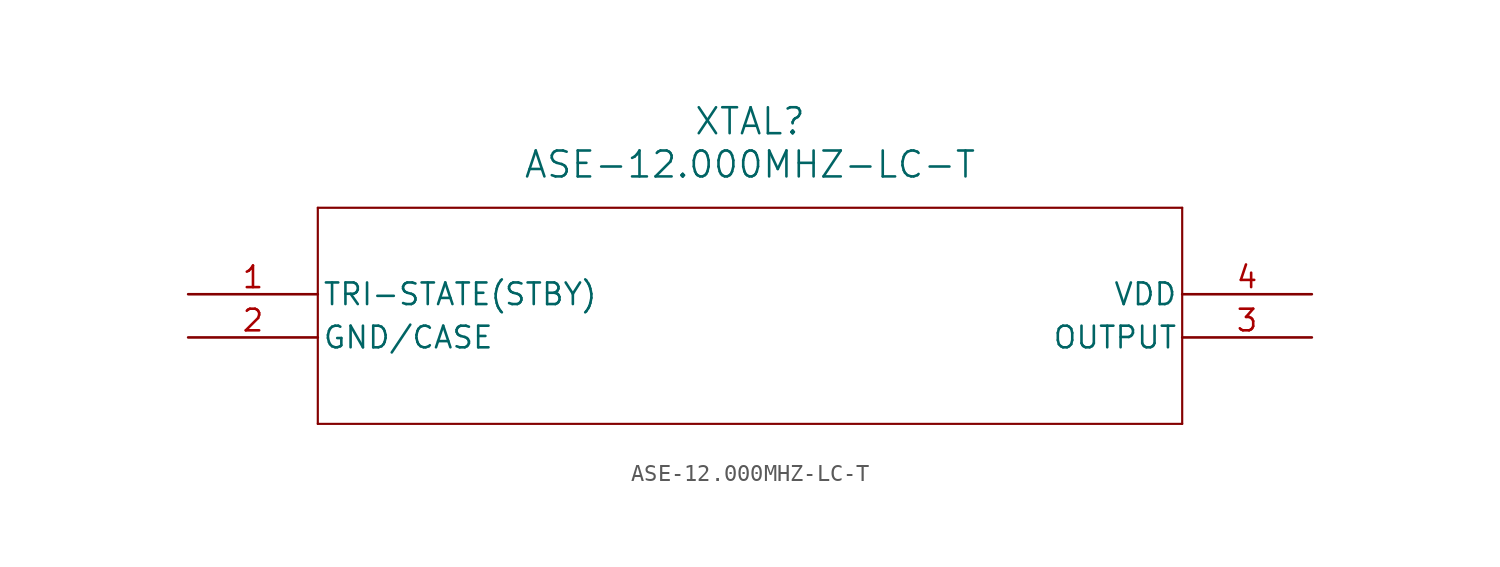
<source format=kicad_sym>
(kicad_symbol_lib
  (version 20211014)
  (generator kicad_symbol_editor)
  (symbol "ASE-12.000MHZ-LC-T"
    (pin_names
      (offset 0.254))
    (property "Reference" "XTAL"
      (at 33.02 10.16 0)
      (effects (font (size 1.524 1.524))))
    (property "Value" "ASE-12.000MHZ-LC-T"
      (at 33.02 7.62 0)
      (effects (font (size 1.524 1.524))))
    (symbol "ASE-12.000MHZ-LC-T_0_1"
      (polyline (pts (xy 7.62 5.08) (xy 7.62 -7.62)) (stroke (width 0.127) (type default) (color 0 0 0 0)) (fill (type none)))
      (polyline (pts (xy 7.62 -7.62) (xy 58.42 -7.62)) (stroke (width 0.127) (type default) (color 0 0 0 0)) (fill (type none)))
      (polyline (pts (xy 58.42 -7.62) (xy 58.42 5.08)) (stroke (width 0.127) (type default) (color 0 0 0 0)) (fill (type none)))
      (polyline (pts (xy 58.42 5.08) (xy 7.62 5.08)) (stroke (width 0.127) (type default) (color 0 0 0 0)) (fill (type none)))
      (pin unspecified line (at 0 0 0) (length 7.62) (name "TRI-STATE(STBY)" (effects (font (size 1.27 1.27)))) (number "1" (effects (font (size 1.27 1.27)))))
      (pin unspecified line (at 0 -2.54 0) (length 7.62) (name "GND/CASE" (effects (font (size 1.27 1.27)))) (number "2" (effects (font (size 1.27 1.27)))))
      (pin output line (at 66.04 -2.54 180) (length 7.62) (name "OUTPUT" (effects (font (size 1.27 1.27)))) (number "3" (effects (font (size 1.27 1.27)))))
      (pin power_in line (at 66.04 0 180) (length 7.62) (name "VDD" (effects (font (size 1.27 1.27)))) (number "4" (effects (font (size 1.27 1.27))))))))
</source>
